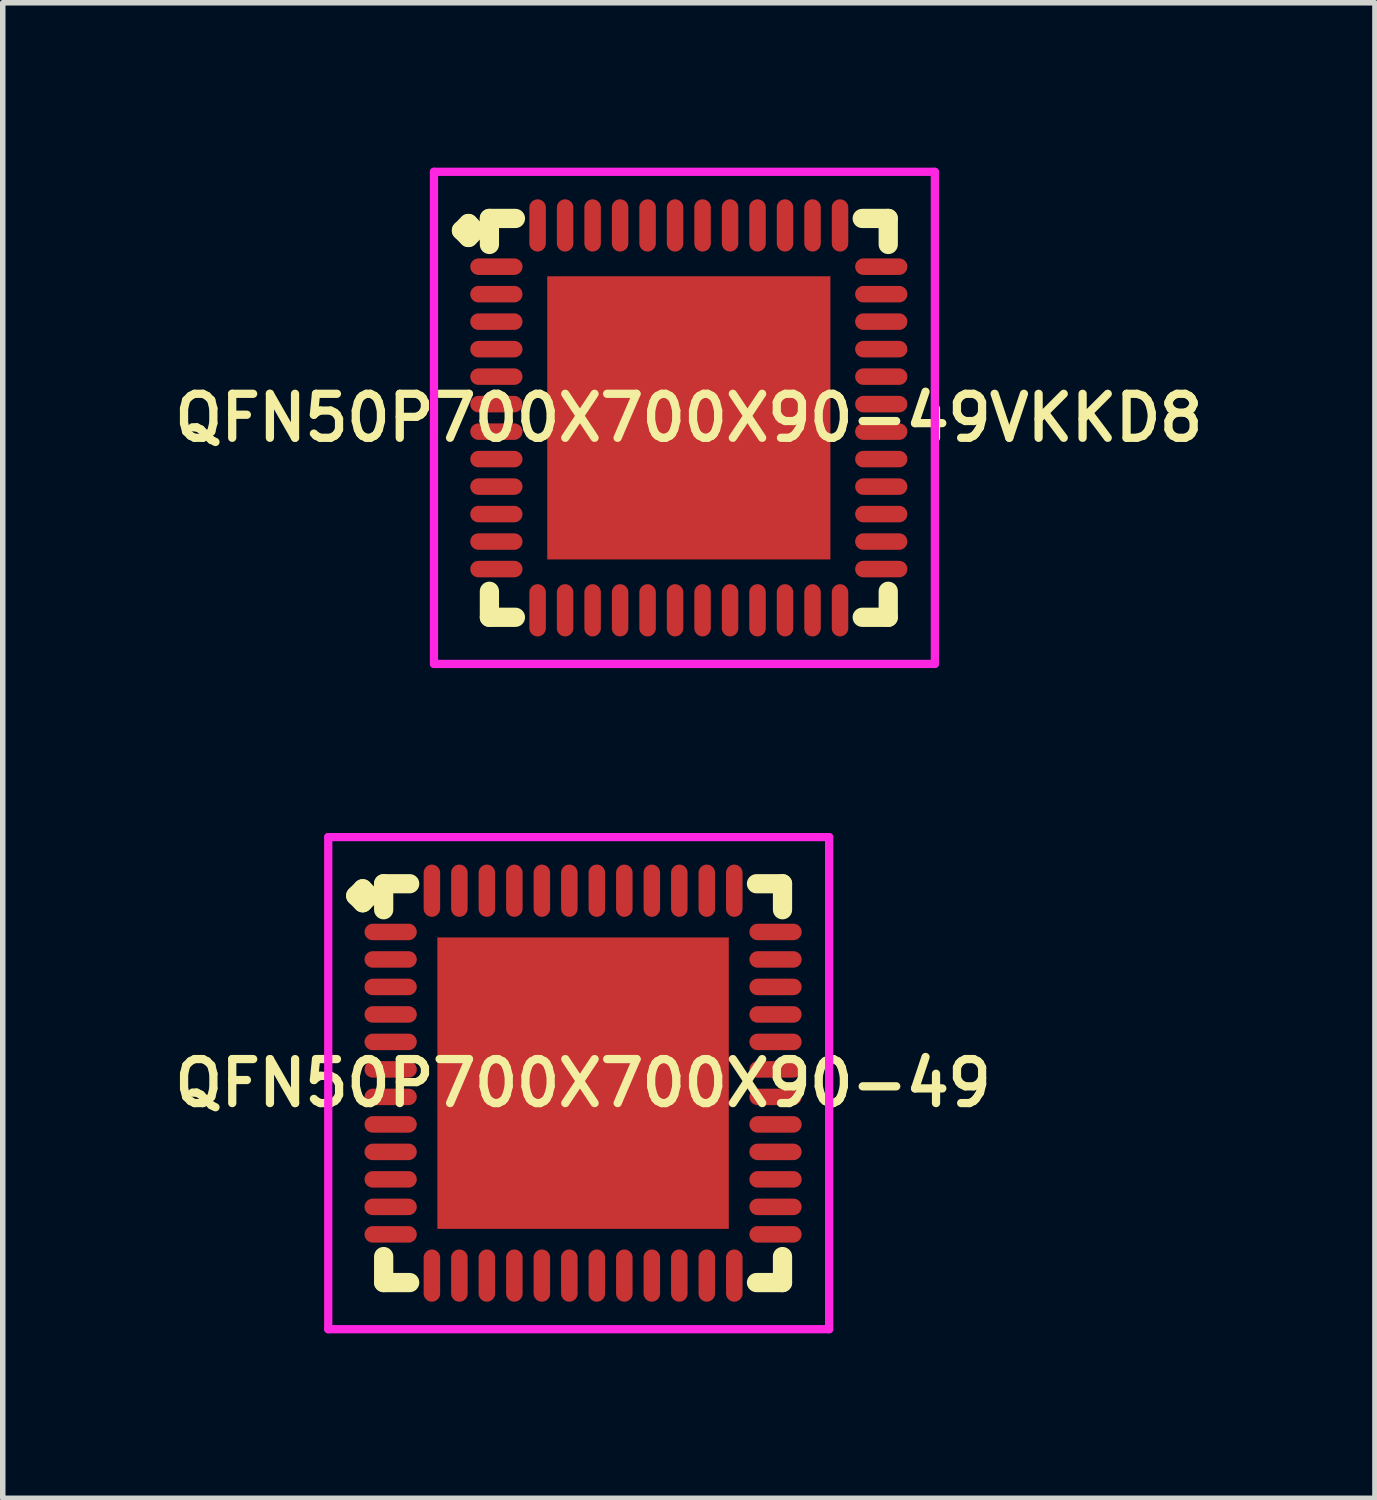
<source format=kicad_pcb>
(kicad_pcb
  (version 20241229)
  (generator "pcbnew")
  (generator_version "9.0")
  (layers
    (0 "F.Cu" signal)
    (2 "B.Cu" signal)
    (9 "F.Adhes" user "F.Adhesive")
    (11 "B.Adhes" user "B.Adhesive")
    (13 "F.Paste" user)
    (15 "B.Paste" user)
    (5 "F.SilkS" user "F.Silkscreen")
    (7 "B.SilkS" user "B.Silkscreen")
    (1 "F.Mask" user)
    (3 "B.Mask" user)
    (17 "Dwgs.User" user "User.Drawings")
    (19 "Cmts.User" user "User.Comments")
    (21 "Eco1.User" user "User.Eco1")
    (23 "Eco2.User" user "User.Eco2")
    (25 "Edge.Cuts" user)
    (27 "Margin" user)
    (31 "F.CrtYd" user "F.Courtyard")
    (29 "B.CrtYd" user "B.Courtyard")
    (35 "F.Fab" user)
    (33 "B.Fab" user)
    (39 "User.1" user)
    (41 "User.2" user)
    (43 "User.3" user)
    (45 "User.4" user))
  (footprint "QFN50P700X700X90-49"
    (layer "F.Cu")
    (at 7.555 16.65)
    (property "Reference" "QFN50P700X700X90-49" (at 0 0 0) (layer "F.SilkS") (effects (font (size 0.8 0.8) (thickness 0.15))))
    (attr smd)
    (fp_line (start -4.135 -3.408) (end -4.008 -3.535) (stroke (width 0.35) (type solid)) (layer "F.SilkS"))
    (fp_line (start -4.008 -3.535) (end -3.881 -3.408) (stroke (width 0.35) (type solid)) (layer "F.SilkS"))
    (fp_line (start -4.008 -3.281) (end -4.135 -3.408) (stroke (width 0.35) (type solid)) (layer "F.SilkS"))
    (fp_line (start -3.881 -3.408) (end -4.008 -3.281) (stroke (width 0.35) (type solid)) (layer "F.SilkS"))
    (fp_line (start -3.627 -3.627) (end -3.154 -3.627) (stroke (width 0.35) (type solid)) (layer "F.SilkS"))
    (fp_line (start -3.627 -3.154) (end -3.627 -3.627) (stroke (width 0.35) (type solid)) (layer "F.SilkS"))
    (fp_line (start -3.627 3.154) (end -3.627 3.627) (stroke (width 0.35) (type solid)) (layer "F.SilkS"))
    (fp_line (start -3.627 3.627) (end -3.154 3.627) (stroke (width 0.35) (type solid)) (layer "F.SilkS"))
    (fp_line (start 3.154 -3.627) (end 3.627 -3.627) (stroke (width 0.35) (type solid)) (layer "F.SilkS"))
    (fp_line (start 3.154 3.627) (end 3.627 3.627) (stroke (width 0.35) (type solid)) (layer "F.SilkS"))
    (fp_line (start 3.627 -3.627) (end 3.627 -3.154) (stroke (width 0.35) (type solid)) (layer "F.SilkS"))
    (fp_line (start 3.627 3.627) (end 3.627 3.154) (stroke (width 0.35) (type solid)) (layer "F.SilkS"))
    (fp_line (start -4.635 -4.475) (end 4.475 -4.475) (stroke (width 0.15) (type solid)) (layer "F.CrtYd"))
    (fp_line (start -4.635 4.475) (end -4.635 -4.475) (stroke (width 0.15) (type solid)) (layer "F.CrtYd"))
    (fp_line (start 4.475 -4.475) (end 4.475 4.475) (stroke (width 0.15) (type solid)) (layer "F.CrtYd"))
    (fp_line (start 4.475 4.475) (end -4.635 4.475) (stroke (width 0.15) (type solid)) (layer "F.CrtYd"))
    (pad "1" smd oval (at -3.5 -2.75) (size 0.95 0.3) (layers "F.Cu" "F.Mask" "F.Paste"))
    (pad "2" smd oval (at -3.5 -2.25) (size 0.95 0.3) (layers "F.Cu" "F.Mask" "F.Paste"))
    (pad "3" smd oval (at -3.5 -1.75) (size 0.95 0.3) (layers "F.Cu" "F.Mask" "F.Paste"))
    (pad "4" smd oval (at -3.5 -1.25) (size 0.95 0.3) (layers "F.Cu" "F.Mask" "F.Paste"))
    (pad "5" smd oval (at -3.5 -0.75) (size 0.95 0.3) (layers "F.Cu" "F.Mask" "F.Paste"))
    (pad "6" smd oval (at -3.5 -0.25) (size 0.95 0.3) (layers "F.Cu" "F.Mask" "F.Paste"))
    (pad "7" smd oval (at -3.5 0.25) (size 0.95 0.3) (layers "F.Cu" "F.Mask" "F.Paste"))
    (pad "8" smd oval (at -3.5 0.75) (size 0.95 0.3) (layers "F.Cu" "F.Mask" "F.Paste"))
    (pad "9" smd oval (at -3.5 1.25) (size 0.95 0.3) (layers "F.Cu" "F.Mask" "F.Paste"))
    (pad "10" smd oval (at -3.5 1.75) (size 0.95 0.3) (layers "F.Cu" "F.Mask" "F.Paste"))
    (pad "11" smd oval (at -3.5 2.25) (size 0.95 0.3) (layers "F.Cu" "F.Mask" "F.Paste"))
    (pad "12" smd oval (at -3.5 2.75) (size 0.95 0.3) (layers "F.Cu" "F.Mask" "F.Paste"))
    (pad "13" smd oval (at -2.75 3.5) (size 0.3 0.95) (layers "F.Cu" "F.Mask" "F.Paste"))
    (pad "14" smd oval (at -2.25 3.5) (size 0.3 0.95) (layers "F.Cu" "F.Mask" "F.Paste"))
    (pad "15" smd oval (at -1.75 3.5) (size 0.3 0.95) (layers "F.Cu" "F.Mask" "F.Paste"))
    (pad "16" smd oval (at -1.25 3.5) (size 0.3 0.95) (layers "F.Cu" "F.Mask" "F.Paste"))
    (pad "17" smd oval (at -0.75 3.5) (size 0.3 0.95) (layers "F.Cu" "F.Mask" "F.Paste"))
    (pad "18" smd oval (at -0.25 3.5) (size 0.3 0.95) (layers "F.Cu" "F.Mask" "F.Paste"))
    (pad "19" smd oval (at 0.25 3.5) (size 0.3 0.95) (layers "F.Cu" "F.Mask" "F.Paste"))
    (pad "20" smd oval (at 0.75 3.5) (size 0.3 0.95) (layers "F.Cu" "F.Mask" "F.Paste"))
    (pad "21" smd oval (at 1.25 3.5) (size 0.3 0.95) (layers "F.Cu" "F.Mask" "F.Paste"))
    (pad "22" smd oval (at 1.75 3.5) (size 0.3 0.95) (layers "F.Cu" "F.Mask" "F.Paste"))
    (pad "23" smd oval (at 2.25 3.5) (size 0.3 0.95) (layers "F.Cu" "F.Mask" "F.Paste"))
    (pad "24" smd oval (at 2.75 3.5) (size 0.3 0.95) (layers "F.Cu" "F.Mask" "F.Paste"))
    (pad "25" smd oval (at 3.5 2.75) (size 0.95 0.3) (layers "F.Cu" "F.Mask" "F.Paste"))
    (pad "26" smd oval (at 3.5 2.25) (size 0.95 0.3) (layers "F.Cu" "F.Mask" "F.Paste"))
    (pad "27" smd oval (at 3.5 1.75) (size 0.95 0.3) (layers "F.Cu" "F.Mask" "F.Paste"))
    (pad "28" smd oval (at 3.5 1.25) (size 0.95 0.3) (layers "F.Cu" "F.Mask" "F.Paste"))
    (pad "29" smd oval (at 3.5 0.75) (size 0.95 0.3) (layers "F.Cu" "F.Mask" "F.Paste"))
    (pad "30" smd oval (at 3.5 0.25) (size 0.95 0.3) (layers "F.Cu" "F.Mask" "F.Paste"))
    (pad "31" smd oval (at 3.5 -0.25) (size 0.95 0.3) (layers "F.Cu" "F.Mask" "F.Paste"))
    (pad "32" smd oval (at 3.5 -0.75) (size 0.95 0.3) (layers "F.Cu" "F.Mask" "F.Paste"))
    (pad "33" smd oval (at 3.5 -1.25) (size 0.95 0.3) (layers "F.Cu" "F.Mask" "F.Paste"))
    (pad "34" smd oval (at 3.5 -1.75) (size 0.95 0.3) (layers "F.Cu" "F.Mask" "F.Paste"))
    (pad "35" smd oval (at 3.5 -2.25) (size 0.95 0.3) (layers "F.Cu" "F.Mask" "F.Paste"))
    (pad "36" smd oval (at 3.5 -2.75) (size 0.95 0.3) (layers "F.Cu" "F.Mask" "F.Paste"))
    (pad "37" smd oval (at 2.75 -3.5) (size 0.3 0.95) (layers "F.Cu" "F.Mask" "F.Paste"))
    (pad "38" smd oval (at 2.25 -3.5) (size 0.3 0.95) (layers "F.Cu" "F.Mask" "F.Paste"))
    (pad "39" smd oval (at 1.75 -3.5) (size 0.3 0.95) (layers "F.Cu" "F.Mask" "F.Paste"))
    (pad "40" smd oval (at 1.25 -3.5) (size 0.3 0.95) (layers "F.Cu" "F.Mask" "F.Paste"))
    (pad "41" smd oval (at 0.75 -3.5) (size 0.3 0.95) (layers "F.Cu" "F.Mask" "F.Paste"))
    (pad "42" smd oval (at 0.25 -3.5) (size 0.3 0.95) (layers "F.Cu" "F.Mask" "F.Paste"))
    (pad "43" smd oval (at -0.25 -3.5) (size 0.3 0.95) (layers "F.Cu" "F.Mask" "F.Paste"))
    (pad "44" smd oval (at -0.75 -3.5) (size 0.3 0.95) (layers "F.Cu" "F.Mask" "F.Paste"))
    (pad "45" smd oval (at -1.25 -3.5) (size 0.3 0.95) (layers "F.Cu" "F.Mask" "F.Paste"))
    (pad "46" smd oval (at -1.75 -3.5) (size 0.3 0.95) (layers "F.Cu" "F.Mask" "F.Paste"))
    (pad "47" smd oval (at -2.25 -3.5) (size 0.3 0.95) (layers "F.Cu" "F.Mask" "F.Paste"))
    (pad "48" smd oval (at -2.75 -3.5) (size 0.3 0.95) (layers "F.Cu" "F.Mask" "F.Paste"))
    (pad "49" smd rect (at 0 0) (size 5.3 5.3) (layers "F.Cu" "F.Mask" "F.Paste")))
  (footprint "QFN50P700X700X90-49VKKD8"
    (layer "F.Cu")
    (at 9.478 4.55)
    (property "Reference" "QFN50P700X700X90-49VKKD8" (at 0 0 0) (layer "F.SilkS") (effects (font (size 0.8 0.8) (thickness 0.15))))
    (attr smd)
    (fp_line (start -4.135 -3.408) (end -4.008 -3.535) (stroke (width 0.35) (type solid)) (layer "F.SilkS"))
    (fp_line (start -4.008 -3.535) (end -3.881 -3.408) (stroke (width 0.35) (type solid)) (layer "F.SilkS"))
    (fp_line (start -4.008 -3.281) (end -4.135 -3.408) (stroke (width 0.35) (type solid)) (layer "F.SilkS"))
    (fp_line (start -3.881 -3.408) (end -4.008 -3.281) (stroke (width 0.35) (type solid)) (layer "F.SilkS"))
    (fp_line (start -3.627 -3.627) (end -3.154 -3.627) (stroke (width 0.35) (type solid)) (layer "F.SilkS"))
    (fp_line (start -3.627 -3.154) (end -3.627 -3.627) (stroke (width 0.35) (type solid)) (layer "F.SilkS"))
    (fp_line (start -3.627 3.154) (end -3.627 3.627) (stroke (width 0.35) (type solid)) (layer "F.SilkS"))
    (fp_line (start -3.627 3.627) (end -3.154 3.627) (stroke (width 0.35) (type solid)) (layer "F.SilkS"))
    (fp_line (start 3.154 -3.627) (end 3.627 -3.627) (stroke (width 0.35) (type solid)) (layer "F.SilkS"))
    (fp_line (start 3.154 3.627) (end 3.627 3.627) (stroke (width 0.35) (type solid)) (layer "F.SilkS"))
    (fp_line (start 3.627 -3.627) (end 3.627 -3.154) (stroke (width 0.35) (type solid)) (layer "F.SilkS"))
    (fp_line (start 3.627 3.627) (end 3.627 3.154) (stroke (width 0.35) (type solid)) (layer "F.SilkS"))
    (fp_line (start -4.635 -4.475) (end 4.475 -4.475) (stroke (width 0.15) (type solid)) (layer "F.CrtYd"))
    (fp_line (start -4.635 4.475) (end -4.635 -4.475) (stroke (width 0.15) (type solid)) (layer "F.CrtYd"))
    (fp_line (start 4.475 -4.475) (end 4.475 4.475) (stroke (width 0.15) (type solid)) (layer "F.CrtYd"))
    (fp_line (start 4.475 4.475) (end -4.635 4.475) (stroke (width 0.15) (type solid)) (layer "F.CrtYd"))
    (pad "1" smd oval (at -3.5 -2.75) (size 0.95 0.3) (layers "F.Cu" "F.Mask" "F.Paste"))
    (pad "2" smd oval (at -3.5 -2.25) (size 0.95 0.3) (layers "F.Cu" "F.Mask" "F.Paste"))
    (pad "3" smd oval (at -3.5 -1.75) (size 0.95 0.3) (layers "F.Cu" "F.Mask" "F.Paste"))
    (pad "4" smd oval (at -3.5 -1.25) (size 0.95 0.3) (layers "F.Cu" "F.Mask" "F.Paste"))
    (pad "5" smd oval (at -3.5 -0.75) (size 0.95 0.3) (layers "F.Cu" "F.Mask" "F.Paste"))
    (pad "6" smd oval (at -3.5 -0.25) (size 0.95 0.3) (layers "F.Cu" "F.Mask" "F.Paste"))
    (pad "7" smd oval (at -3.5 0.25) (size 0.95 0.3) (layers "F.Cu" "F.Mask" "F.Paste"))
    (pad "8" smd oval (at -3.5 0.75) (size 0.95 0.3) (layers "F.Cu" "F.Mask" "F.Paste"))
    (pad "9" smd oval (at -3.5 1.25) (size 0.95 0.3) (layers "F.Cu" "F.Mask" "F.Paste"))
    (pad "10" smd oval (at -3.5 1.75) (size 0.95 0.3) (layers "F.Cu" "F.Mask" "F.Paste"))
    (pad "11" smd oval (at -3.5 2.25) (size 0.95 0.3) (layers "F.Cu" "F.Mask" "F.Paste"))
    (pad "12" smd oval (at -3.5 2.75) (size 0.95 0.3) (layers "F.Cu" "F.Mask" "F.Paste"))
    (pad "13" smd oval (at -2.75 3.5) (size 0.3 0.95) (layers "F.Cu" "F.Mask" "F.Paste"))
    (pad "14" smd oval (at -2.25 3.5) (size 0.3 0.95) (layers "F.Cu" "F.Mask" "F.Paste"))
    (pad "15" smd oval (at -1.75 3.5) (size 0.3 0.95) (layers "F.Cu" "F.Mask" "F.Paste"))
    (pad "16" smd oval (at -1.25 3.5) (size 0.3 0.95) (layers "F.Cu" "F.Mask" "F.Paste"))
    (pad "17" smd oval (at -0.75 3.5) (size 0.3 0.95) (layers "F.Cu" "F.Mask" "F.Paste"))
    (pad "18" smd oval (at -0.25 3.5) (size 0.3 0.95) (layers "F.Cu" "F.Mask" "F.Paste"))
    (pad "19" smd oval (at 0.25 3.5) (size 0.3 0.95) (layers "F.Cu" "F.Mask" "F.Paste"))
    (pad "20" smd oval (at 0.75 3.5) (size 0.3 0.95) (layers "F.Cu" "F.Mask" "F.Paste"))
    (pad "21" smd oval (at 1.25 3.5) (size 0.3 0.95) (layers "F.Cu" "F.Mask" "F.Paste"))
    (pad "22" smd oval (at 1.75 3.5) (size 0.3 0.95) (layers "F.Cu" "F.Mask" "F.Paste"))
    (pad "23" smd oval (at 2.25 3.5) (size 0.3 0.95) (layers "F.Cu" "F.Mask" "F.Paste"))
    (pad "24" smd oval (at 2.75 3.5) (size 0.3 0.95) (layers "F.Cu" "F.Mask" "F.Paste"))
    (pad "25" smd oval (at 3.5 2.75) (size 0.95 0.3) (layers "F.Cu" "F.Mask" "F.Paste"))
    (pad "26" smd oval (at 3.5 2.25) (size 0.95 0.3) (layers "F.Cu" "F.Mask" "F.Paste"))
    (pad "27" smd oval (at 3.5 1.75) (size 0.95 0.3) (layers "F.Cu" "F.Mask" "F.Paste"))
    (pad "28" smd oval (at 3.5 1.25) (size 0.95 0.3) (layers "F.Cu" "F.Mask" "F.Paste"))
    (pad "29" smd oval (at 3.5 0.75) (size 0.95 0.3) (layers "F.Cu" "F.Mask" "F.Paste"))
    (pad "30" smd oval (at 3.5 0.25) (size 0.95 0.3) (layers "F.Cu" "F.Mask" "F.Paste"))
    (pad "31" smd oval (at 3.5 -0.25) (size 0.95 0.3) (layers "F.Cu" "F.Mask" "F.Paste"))
    (pad "32" smd oval (at 3.5 -0.75) (size 0.95 0.3) (layers "F.Cu" "F.Mask" "F.Paste"))
    (pad "33" smd oval (at 3.5 -1.25) (size 0.95 0.3) (layers "F.Cu" "F.Mask" "F.Paste"))
    (pad "34" smd oval (at 3.5 -1.75) (size 0.95 0.3) (layers "F.Cu" "F.Mask" "F.Paste"))
    (pad "35" smd oval (at 3.5 -2.25) (size 0.95 0.3) (layers "F.Cu" "F.Mask" "F.Paste"))
    (pad "36" smd oval (at 3.5 -2.75) (size 0.95 0.3) (layers "F.Cu" "F.Mask" "F.Paste"))
    (pad "37" smd oval (at 2.75 -3.5) (size 0.3 0.95) (layers "F.Cu" "F.Mask" "F.Paste"))
    (pad "38" smd oval (at 2.25 -3.5) (size 0.3 0.95) (layers "F.Cu" "F.Mask" "F.Paste"))
    (pad "39" smd oval (at 1.75 -3.5) (size 0.3 0.95) (layers "F.Cu" "F.Mask" "F.Paste"))
    (pad "40" smd oval (at 1.25 -3.5) (size 0.3 0.95) (layers "F.Cu" "F.Mask" "F.Paste"))
    (pad "41" smd oval (at 0.75 -3.5) (size 0.3 0.95) (layers "F.Cu" "F.Mask" "F.Paste"))
    (pad "42" smd oval (at 0.25 -3.5) (size 0.3 0.95) (layers "F.Cu" "F.Mask" "F.Paste"))
    (pad "43" smd oval (at -0.25 -3.5) (size 0.3 0.95) (layers "F.Cu" "F.Mask" "F.Paste"))
    (pad "44" smd oval (at -0.75 -3.5) (size 0.3 0.95) (layers "F.Cu" "F.Mask" "F.Paste"))
    (pad "45" smd oval (at -1.25 -3.5) (size 0.3 0.95) (layers "F.Cu" "F.Mask" "F.Paste"))
    (pad "46" smd oval (at -1.75 -3.5) (size 0.3 0.95) (layers "F.Cu" "F.Mask" "F.Paste"))
    (pad "47" smd oval (at -2.25 -3.5) (size 0.3 0.95) (layers "F.Cu" "F.Mask" "F.Paste"))
    (pad "48" smd oval (at -2.75 -3.5) (size 0.3 0.95) (layers "F.Cu" "F.Mask" "F.Paste"))
    (pad "49" smd rect (at 0 0) (size 5.15 5.15) (layers "F.Cu" "F.Mask" "F.Paste")))
  (gr_rect
    (start -3 -3)
    (end 21.957 24.2)
    (stroke (width 0.1) (type default))
    (fill no)
    (layer "Edge.Cuts")))
</source>
